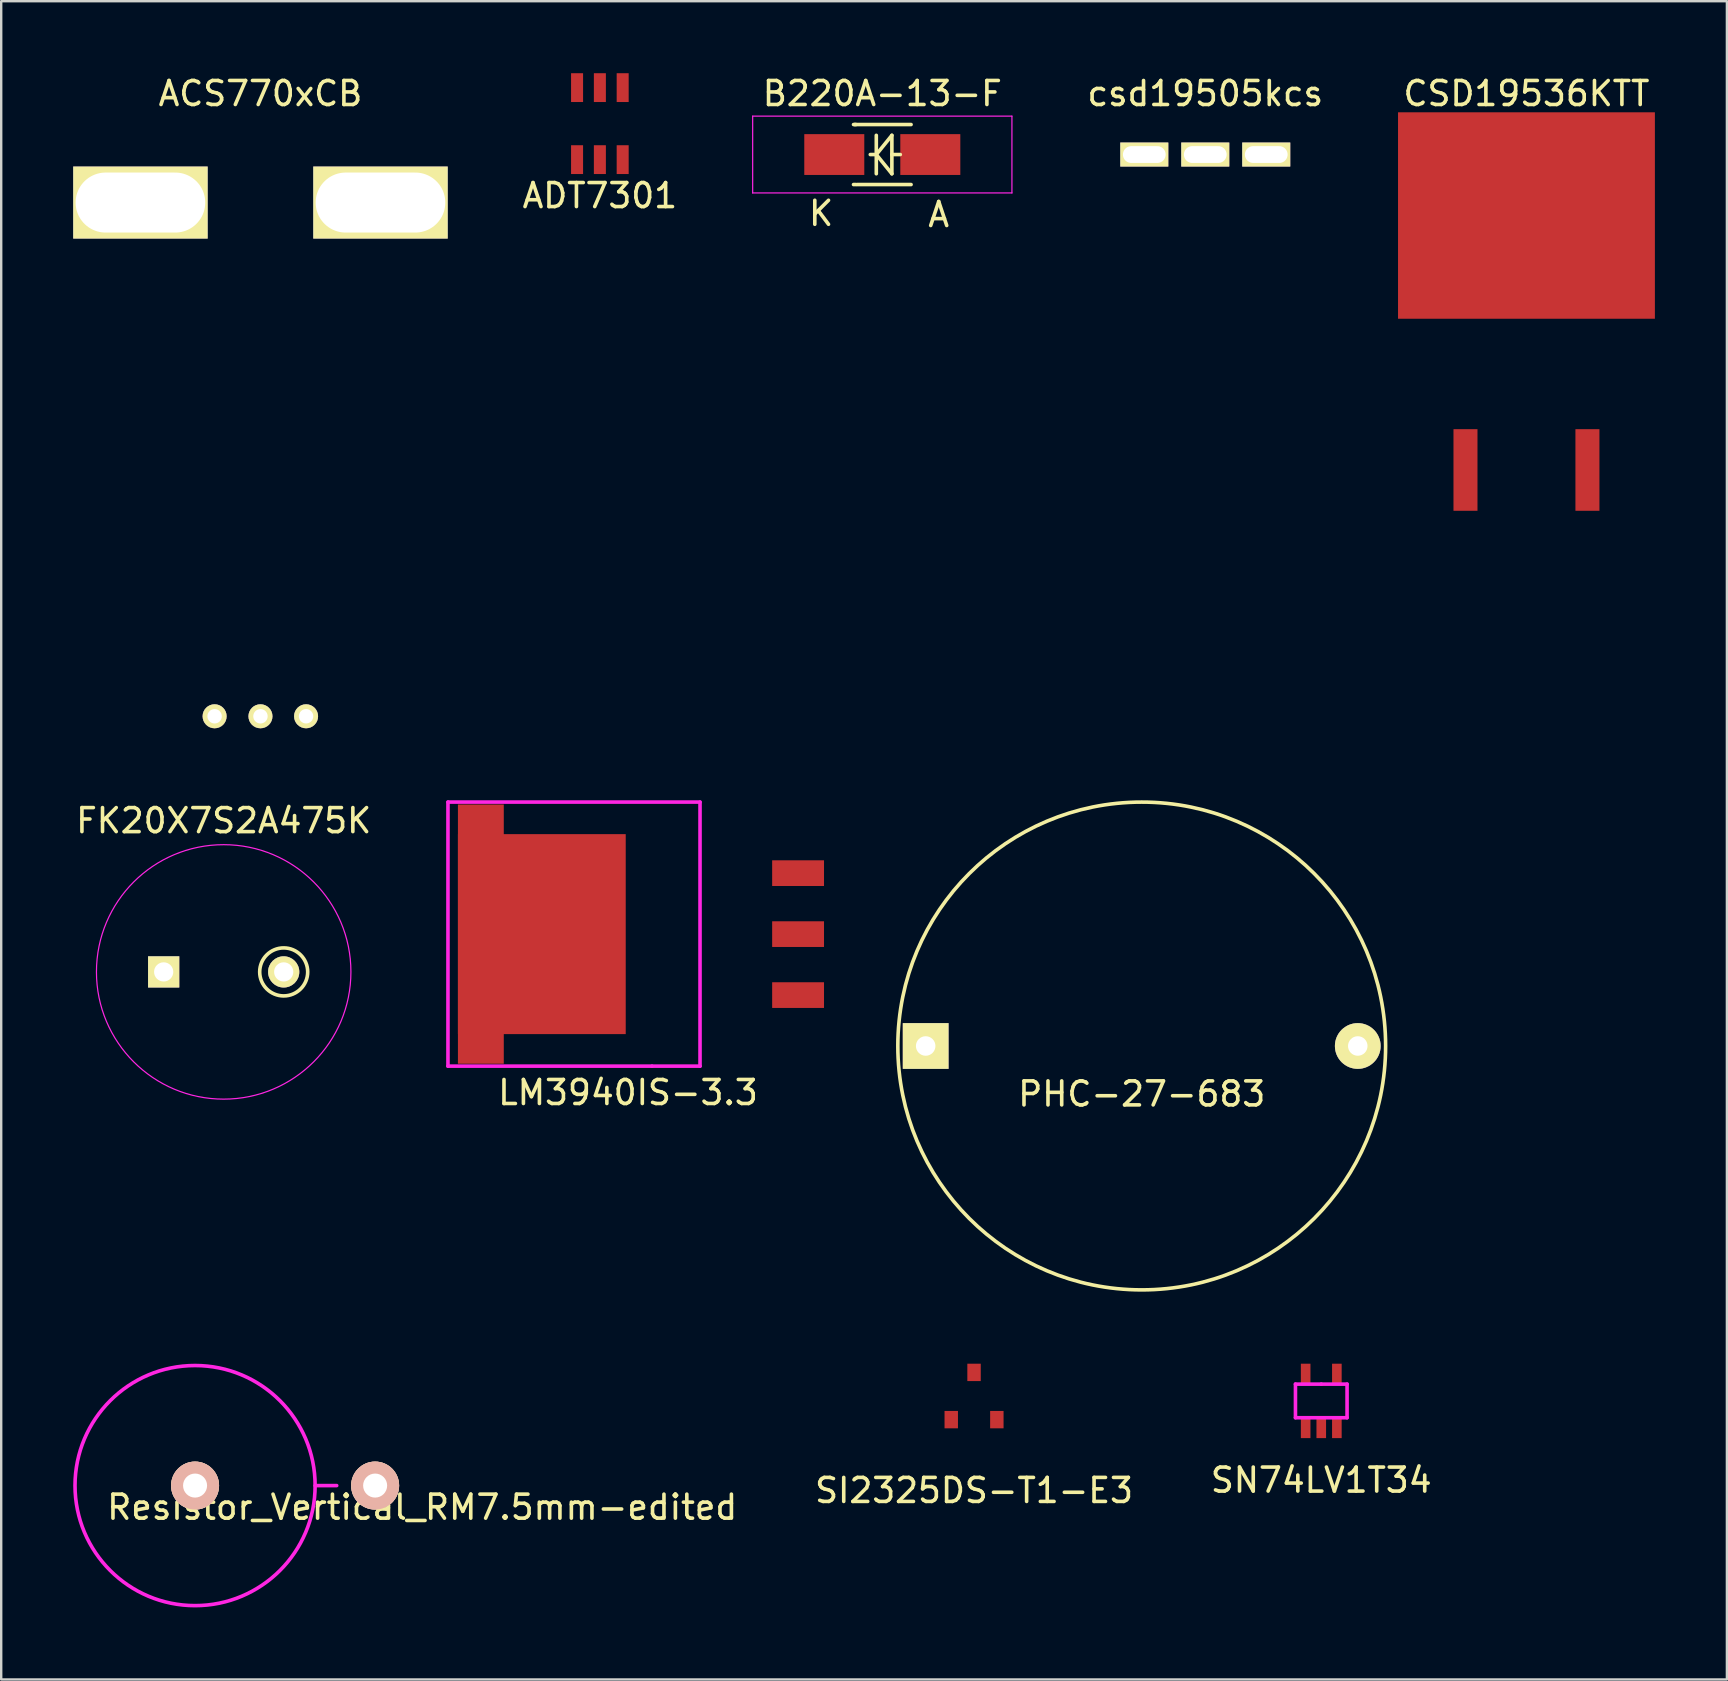
<source format=kicad_pcb>
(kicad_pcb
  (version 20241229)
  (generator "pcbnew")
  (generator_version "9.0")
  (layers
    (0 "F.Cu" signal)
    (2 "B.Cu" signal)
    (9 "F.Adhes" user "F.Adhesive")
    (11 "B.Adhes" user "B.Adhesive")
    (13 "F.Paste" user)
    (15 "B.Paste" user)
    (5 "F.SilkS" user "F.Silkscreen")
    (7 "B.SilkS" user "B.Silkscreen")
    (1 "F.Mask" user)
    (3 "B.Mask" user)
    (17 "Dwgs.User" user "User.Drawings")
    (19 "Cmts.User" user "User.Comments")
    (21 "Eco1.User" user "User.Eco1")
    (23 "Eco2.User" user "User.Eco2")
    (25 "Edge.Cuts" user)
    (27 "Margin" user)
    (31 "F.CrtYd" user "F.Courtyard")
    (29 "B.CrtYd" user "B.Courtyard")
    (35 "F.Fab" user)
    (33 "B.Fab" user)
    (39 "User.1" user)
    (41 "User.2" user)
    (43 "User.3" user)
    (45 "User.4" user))
  (footprint "CSD19536KTT"
    (layer "F.Cu")
    (at 60.538 5.928)
    (property "Reference" "CSD19536KTT" (at 0 -5.08 0) (layer "F.SilkS") (effects (font (size 1 1) (thickness 0.15))))
    (attr through_hole)
    (pad "1" smd rect (at -2.54 10.6) (size 1 3.4) (layers "F.Cu" "F.Mask" "F.Paste"))
    (pad "2" smd rect (at 0 0) (size 10.7 8.6) (layers "F.Cu" "F.Mask" "F.Paste"))
    (pad "3" smd rect (at 2.54 10.6) (size 1 3.4) (layers "F.Cu" "F.Mask" "F.Paste")))
  (footprint "csd19505kcs"
    (layer "F.Cu")
    (at 47.158 3.388)
    (property "Reference" "csd19505kcs" (at 0 -2.54 0) (layer "F.SilkS") (effects (font (size 1 1) (thickness 0.15))))
    (attr through_hole)
    (pad "1" thru_hole rect (at -2.54 0) (size 2 1) (drill oval 1.78 0.7) (layers "*.Cu" "*.Mask" "F.SilkS"))
    (pad "2" thru_hole rect (at 0 0) (size 2 1) (drill oval 1.78 0.7) (layers "*.Cu" "*.Mask" "F.SilkS"))
    (pad "3" thru_hole rect (at 2.54 0) (size 2 1) (drill oval 1.78 0.7) (layers "*.Cu" "*.Mask" "F.SilkS")))
  (footprint "FK20X7S2A475K"
    (layer "F.Cu")
    (at 3.768 37.437)
    (property "Reference" "FK20X7S2A475K" (at 2.5 -6.3 0) (layer "F.SilkS") (effects (font (size 1 1) (thickness 0.15))))
    (attr through_hole)
    (fp_circle (center 5 0) (end 5 -1) (stroke (width 0.15) (type solid)) (fill no) (layer "F.SilkS"))
    (fp_circle (center 2.5 0) (end 2.5 -5.3) (stroke (width 0.05) (type solid)) (fill no) (layer "F.CrtYd"))
    (pad "1" thru_hole rect (at 0 0) (size 1.3 1.3) (drill 0.8) (layers "*.Cu" "*.Mask" "F.SilkS"))
    (pad "2" thru_hole circle (at 5 0) (size 1.3 1.3) (drill 0.8) (layers "*.Cu" "*.Mask" "F.SilkS")))
  (footprint "PHC-27-683"
    (layer "F.Cu")
    (at 44.511 40.523)
    (property "Reference" "PHC-27-683" (at 0 1.999 0) (layer "F.SilkS") (effects (font (size 1 1) (thickness 0.15))))
    (attr through_hole)
    (fp_circle (center 0 0) (end 10.16 0) (stroke (width 0.15) (type solid)) (fill no) (layer "F.SilkS"))
    (pad "1" thru_hole rect (at -9 0) (size 1.905 1.905) (drill 0.813) (layers "*.Cu" "*.Mask" "F.SilkS"))
    (pad "2" thru_hole circle (at 9 0) (size 1.905 1.905) (drill 0.813) (layers "*.Cu" "*.Mask" "F.SilkS")))
  (footprint "SN74LV1T34"
    (layer "F.Cu")
    (at 51.99 55.308)
    (property "Reference" "SN74LV1T34" (at 0 3.3 0) (layer "F.SilkS") (effects (font (size 1 1) (thickness 0.15))))
    (attr through_hole)
    (fp_line (start -1.075 -0.7) (end 0 -0.7) (stroke (width 0.15) (type solid)) (layer "F.CrtYd"))
    (fp_line (start -1.075 0.7) (end -1.075 -0.7) (stroke (width 0.15) (type solid)) (layer "F.CrtYd"))
    (fp_line (start 0 -0.7) (end 1.075 -0.7) (stroke (width 0.15) (type solid)) (layer "F.CrtYd"))
    (fp_line (start 1.075 -0.7) (end 1.075 0.7) (stroke (width 0.15) (type solid)) (layer "F.CrtYd"))
    (fp_line (start 1.075 0.7) (end -1.075 0.7) (stroke (width 0.15) (type solid)) (layer "F.CrtYd"))
    (pad "1" smd rect (at -0.65 1.1) (size 0.4 0.9) (layers "F.Cu" "F.Mask" "F.Paste"))
    (pad "2" smd rect (at 0 1.1) (size 0.4 0.9) (layers "F.Cu" "F.Mask" "F.Paste"))
    (pad "3" smd rect (at 0.65 1.1) (size 0.4 0.9) (layers "F.Cu" "F.Mask" "F.Paste"))
    (pad "4" smd rect (at 0.65 -1.1) (size 0.4 0.9) (layers "F.Cu" "F.Mask" "F.Paste"))
    (pad "5" smd rect (at -0.65 -1.1) (size 0.4 0.9) (layers "F.Cu" "F.Mask" "F.Paste")))
  (footprint "ACS770xCB"
    (layer "F.Cu")
    (at 7.8 16.088)
    (property "Reference" "ACS770xCB" (at 0 -15.24 0) (layer "F.SilkS") (effects (font (size 1 1) (thickness 0.15))))
    (attr through_hole)
    (pad "1" thru_hole circle (at -1.91 10.7) (size 1 1) (drill 0.6) (layers "*.Cu" "*.Mask" "F.SilkS"))
    (pad "2" thru_hole circle (at 0 10.7) (size 1 1) (drill 0.6) (layers "*.Cu" "*.Mask" "F.SilkS"))
    (pad "3" thru_hole circle (at 1.9 10.7) (size 1 1) (drill 0.6) (layers "*.Cu" "*.Mask" "F.SilkS"))
    (pad "4" thru_hole rect (at 5 -10.7) (size 5.6 3) (drill oval 5.4 2.5) (layers "*.Cu" "*.Mask" "F.SilkS"))
    (pad "5" thru_hole rect (at -5 -10.7) (size 5.6 3) (drill oval 5.4 2.5) (layers "*.Cu" "*.Mask" "F.SilkS")))
  (footprint "ADT7301"
    (layer "F.Cu")
    (at 21.939 2.1)
    (property "Reference" "ADT7301" (at 0 3 0) (layer "F.SilkS") (effects (font (size 1 1) (thickness 0.15))))
    (attr through_hole)
    (pad "1" smd rect (at -0.95 1.5) (size 0.5 1.2) (layers "F.Cu" "F.Mask" "F.Paste"))
    (pad "2" smd rect (at 0 1.5) (size 0.5 1.2) (layers "F.Cu" "F.Mask" "F.Paste"))
    (pad "3" smd rect (at 0.95 1.5) (size 0.5 1.2) (layers "F.Cu" "F.Mask" "F.Paste"))
    (pad "4" smd rect (at 0.95 -1.5) (size 0.5 1.2) (layers "F.Cu" "F.Mask" "F.Paste"))
    (pad "5" smd rect (at 0 -1.5) (size 0.5 1.2) (layers "F.Cu" "F.Mask" "F.Paste"))
    (pad "6" smd rect (at -0.95 -1.5) (size 0.5 1.2) (layers "F.Cu" "F.Mask" "F.Paste")))
  (footprint "SI2325DS-T1-E3"
    (layer "F.Cu")
    (at 37.526 55.104)
    (property "Reference" "SI2325DS-T1-E3" (at 0 3.936 0) (layer "F.SilkS") (effects (font (size 1 1) (thickness 0.15))))
    (attr through_hole)
    (pad "1" smd rect (at -0.95 0.984) (size 0.559 0.724) (layers "F.Cu" "F.Mask" "F.Paste"))
    (pad "2" smd rect (at 0.95 0.984) (size 0.559 0.724) (layers "F.Cu" "F.Mask" "F.Paste"))
    (pad "3" smd rect (at 0 -0.984) (size 0.559 0.724) (layers "F.Cu" "F.Mask" "F.Paste")))
  (footprint "B220A-13-F"
    (layer "F.Cu")
    (at 33.704 3.388)
    (property "Reference" "B220A-13-F" (at 0 -2.54 0) (layer "F.SilkS") (effects (font (size 1 1) (thickness 0.15))))
    (attr smd)
    (fp_line (start -1.1 -1.25) (end -1.199 -1.25) (stroke (width 0.15) (type solid)) (layer "F.SilkS"))
    (fp_line (start -1.1 1.25) (end -1.199 1.25) (stroke (width 0.15) (type solid)) (layer "F.SilkS"))
    (fp_line (start -0.25 0) (end -0.5 0) (stroke (width 0.15) (type solid)) (layer "F.SilkS"))
    (fp_line (start -0.25 0) (end -0.25 -0.8) (stroke (width 0.15) (type solid)) (layer "F.SilkS"))
    (fp_line (start -0.25 0) (end -0.25 0.8) (stroke (width 0.15) (type solid)) (layer "F.SilkS"))
    (fp_line (start -0.25 0) (end 0.399 -0.8) (stroke (width 0.15) (type solid)) (layer "F.SilkS"))
    (fp_line (start 0.399 -0.8) (end 0.399 0.8) (stroke (width 0.15) (type solid)) (layer "F.SilkS"))
    (fp_line (start 0.399 0) (end 0.75 0) (stroke (width 0.15) (type solid)) (layer "F.SilkS"))
    (fp_line (start 0.399 0.8) (end -0.25 0) (stroke (width 0.15) (type solid)) (layer "F.SilkS"))
    (fp_line (start 1.199 -1.25) (end -1.151 -1.25) (stroke (width 0.15) (type solid)) (layer "F.SilkS"))
    (fp_line (start 1.199 1.25) (end -1.049 1.25) (stroke (width 0.15) (type solid)) (layer "F.SilkS"))
    (fp_line (start -5.4 -1.6) (end 5.4 -1.6) (stroke (width 0.05) (type solid)) (layer "F.CrtYd"))
    (fp_line (start -5.4 1.6) (end -5.4 -1.6) (stroke (width 0.05) (type solid)) (layer "F.CrtYd"))
    (fp_line (start 5.4 -1.6) (end 5.4 1.6) (stroke (width 0.05) (type solid)) (layer "F.CrtYd"))
    (fp_line (start 5.4 1.6) (end -5.4 1.6) (stroke (width 0.05) (type solid)) (layer "F.CrtYd"))
    (fp_text user "A" (at 2.35 2.5 0) (layer "F.SilkS") (effects (font (size 1 1) (thickness 0.15))))
    (fp_text user "K" (at -2.55 2.45 0) (layer "F.SilkS") (effects (font (size 1 1) (thickness 0.15))))
    (pad "1" smd rect (at -2 0) (size 2.5 1.7) (layers "F.Cu" "F.Mask" "F.Paste"))
    (pad "2" smd rect (at 2 0) (size 2.5 1.7) (layers "F.Cu" "F.Mask" "F.Paste")))
  (footprint "LM3940IS-3.3"
    (layer "F.Cu")
    (at 23.111 35.863)
    (property "Reference" "LM3940IS-3.3" (at 0 6.6 0) (layer "F.SilkS") (effects (font (size 1 1) (thickness 0.15))))
    (attr through_hole)
    (fp_line (start -7.5 -5.5) (end -7.5 5.5) (stroke (width 0.15) (type solid)) (layer "F.CrtYd"))
    (fp_line (start -7.5 5.5) (end 1 5.5) (stroke (width 0.15) (type solid)) (layer "F.CrtYd"))
    (fp_line (start 1 5.5) (end 3 5.5) (stroke (width 0.15) (type solid)) (layer "F.CrtYd"))
    (fp_line (start 3 -5.5) (end -7.5 -5.5) (stroke (width 0.15) (type solid)) (layer "F.CrtYd"))
    (fp_line (start 3 5.5) (end 3 -5.5) (stroke (width 0.15) (type solid)) (layer "F.CrtYd"))
    (pad "1" smd rect (at 7.085 2.54) (size 2.16 1.07) (layers "F.Cu" "F.Mask" "F.Paste"))
    (pad "2" smd rect (at -6.13 0) (size 1.91 10.8) (layers "F.Cu" "F.Mask" "F.Paste"))
    (pad "2" smd rect (at -3.59 0) (size 6.99 8.33) (layers "F.Cu" "F.Mask" "F.Paste"))
    (pad "2" smd rect (at 7.085 0) (size 2.16 1.07) (layers "F.Cu" "F.Mask" "F.Paste"))
    (pad "3" smd rect (at 7.085 -2.54) (size 2.16 1.07) (layers "F.Cu" "F.Mask" "F.Paste")))
  (footprint "Resistor_Vertical_RM7.5mm-edited"
    (layer "F.Cu")
    (at 8.825 58.835)
    (property "Reference" "Resistor_Vertical_RM7.5mm-edited" (at 5.712 0.902 0) (layer "F.SilkS") (effects (font (size 1 1) (thickness 0.15))))
    (attr through_hole)
    (fp_line (start 1.252 0) (end 2.151 0) (stroke (width 0.15) (type solid)) (layer "F.CrtYd"))
    (fp_circle (center -3.749 0) (end 1.252 0) (stroke (width 0.15) (type solid)) (fill no) (layer "F.CrtYd"))
    (pad "1" thru_hole circle (at -3.749 0) (size 1.999 1.999) (drill 1.001) (layers "*.Cu" "*.SilkS" "*.Mask"))
    (pad "2" thru_hole circle (at 3.752 0) (size 1.999 1.999) (drill 1.001) (layers "*.Cu" "*.SilkS" "*.Mask")))
  (gr_rect
    (start -3 -3)
    (end 68.888 66.911)
    (stroke (width 0.1) (type default))
    (fill no)
    (layer "Edge.Cuts")))
</source>
